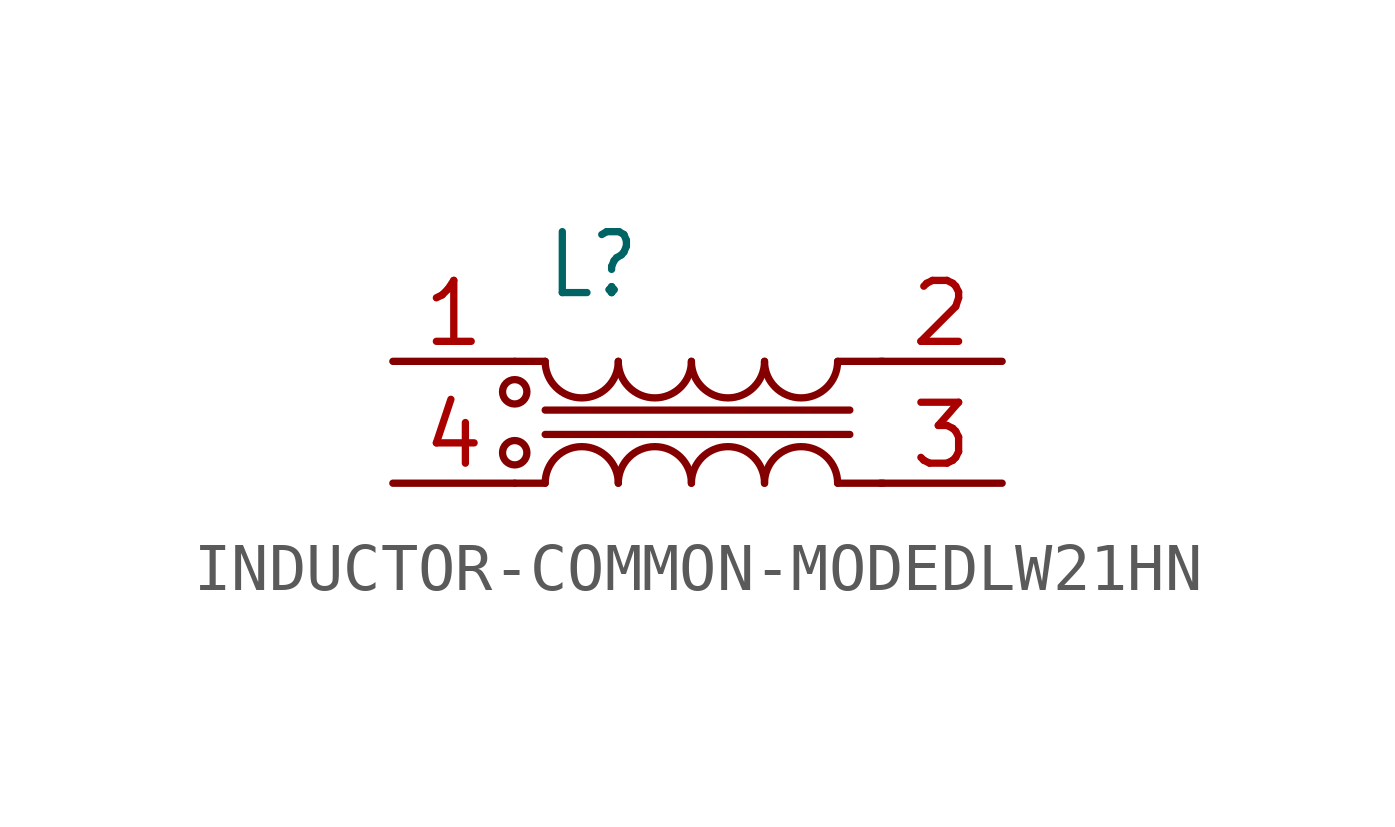
<source format=kicad_sym>
(kicad_symbol_lib
  (version 20220914)
  (generator kicad_symbol_editor)
  (symbol "INDUCTOR-COMMON-MODEDLW21HN"
    (property "Reference" "L"
      (at -3.175 2.54 0)
      (effects (font (size 1.27 1.079)) (justify left bottom)))
    (property "Value" ""
      (at -3.175 1.27 0)
      (effects (font (size 1.27 1.079)) (justify left bottom)))
    (property "ki_locked" ""
      (at 0 0 0)
      (effects (font (size 1.27 1.27))))
    (symbol "INDUCTOR-COMMON-MODEDLW21HN_1_0"
      (circle (center -3.81 -0.635) (radius 0.254) (stroke (width 0) (type solid)) (fill (type none)))
      (circle (center -3.81 0.635) (radius 0.254) (stroke (width 0) (type solid)) (fill (type none)))
      (arc (start -3.175 1.27) (mid -2.413 0.508) (end -1.651 1.27) (stroke (width 0.1524) (type solid)) (fill (type none)))
      (arc (start -1.651 -1.27) (mid -2.413 -0.508) (end -3.175 -1.27) (stroke (width 0.1524) (type solid)) (fill (type none)))
      (arc (start -1.651 1.27) (mid -0.889 0.508) (end -0.127 1.27) (stroke (width 0.1524) (type solid)) (fill (type none)))
      (arc (start -0.127 -1.27) (mid -0.889 -0.508) (end -1.651 -1.27) (stroke (width 0.1524) (type solid)) (fill (type none)))
      (arc (start -0.127 1.27) (mid 0.635 0.508) (end 1.397 1.27) (stroke (width 0.1524) (type solid)) (fill (type none)))
      (polyline (pts (xy -3.175 -1.27) (xy -3.81 -1.27)) (stroke (width 0.152) (type solid)) (fill (type none)))
      (polyline (pts (xy -3.175 1.27) (xy -3.81 1.27)) (stroke (width 0.152) (type solid)) (fill (type none)))
      (polyline (pts (xy 2.921 -1.27) (xy 3.873 -1.27)) (stroke (width 0.152) (type solid)) (fill (type none)))
      (polyline (pts (xy 2.921 1.27) (xy 3.873 1.27)) (stroke (width 0.152) (type solid)) (fill (type none)))
      (polyline (pts (xy 3.175 -0.254) (xy -3.175 -0.254)) (stroke (width 0.152) (type solid)) (fill (type none)))
      (polyline (pts (xy 3.175 0.254) (xy -3.175 0.254)) (stroke (width 0.152) (type solid)) (fill (type none)))
      (arc (start 1.397 -1.27) (mid 0.635 -0.508) (end -0.127 -1.27) (stroke (width 0.1524) (type solid)) (fill (type none)))
      (arc (start 1.397 1.27) (mid 2.159 0.508) (end 2.921 1.27) (stroke (width 0.1524) (type solid)) (fill (type none)))
      (arc (start 2.921 -1.27) (mid 2.159 -0.508) (end 1.397 -1.27) (stroke (width 0.1524) (type solid)) (fill (type none)))
      (pin bidirectional line (at -6.35 1.27 0) (length 2.54) (name "1" (effects (font (size 0 0)))) (number "1" (effects (font (size 1.27 1.27)))))
      (pin bidirectional line (at 6.35 1.27 180) (length 2.54) (name "2" (effects (font (size 0 0)))) (number "2" (effects (font (size 1.27 1.27)))))
      (pin bidirectional line (at 6.35 -1.27 180) (length 2.54) (name "3" (effects (font (size 0 0)))) (number "3" (effects (font (size 1.27 1.27)))))
      (pin bidirectional line (at -6.35 -1.27 0) (length 2.54) (name "4" (effects (font (size 0 0)))) (number "4" (effects (font (size 1.27 1.27))))))))
</source>
